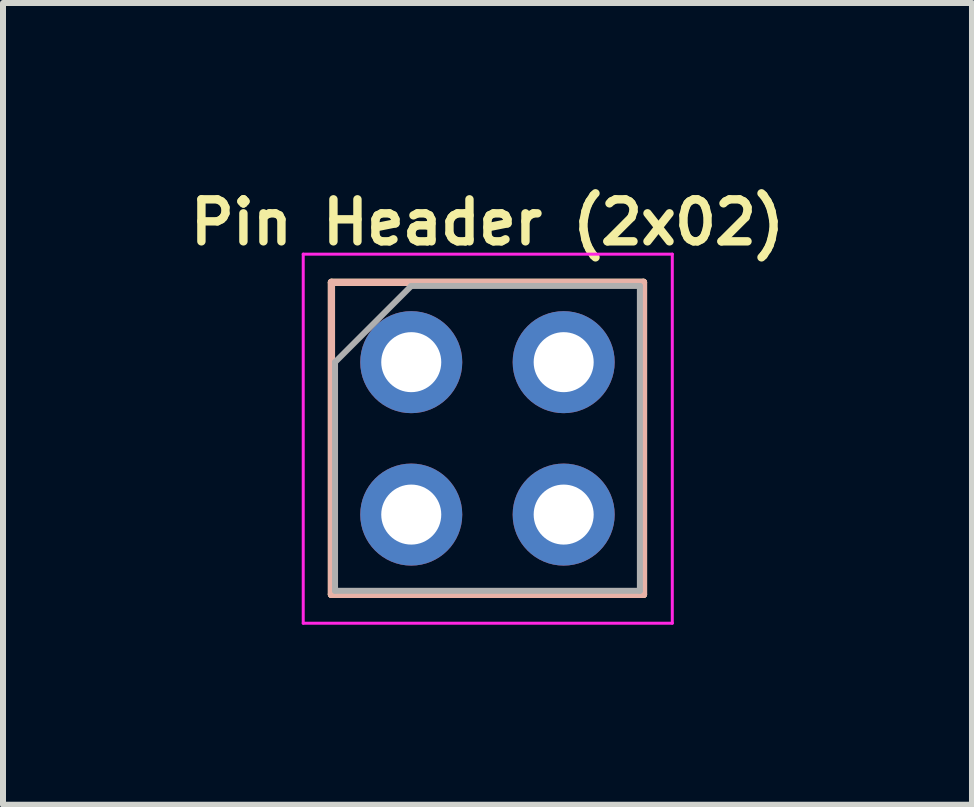
<source format=kicad_pcb>
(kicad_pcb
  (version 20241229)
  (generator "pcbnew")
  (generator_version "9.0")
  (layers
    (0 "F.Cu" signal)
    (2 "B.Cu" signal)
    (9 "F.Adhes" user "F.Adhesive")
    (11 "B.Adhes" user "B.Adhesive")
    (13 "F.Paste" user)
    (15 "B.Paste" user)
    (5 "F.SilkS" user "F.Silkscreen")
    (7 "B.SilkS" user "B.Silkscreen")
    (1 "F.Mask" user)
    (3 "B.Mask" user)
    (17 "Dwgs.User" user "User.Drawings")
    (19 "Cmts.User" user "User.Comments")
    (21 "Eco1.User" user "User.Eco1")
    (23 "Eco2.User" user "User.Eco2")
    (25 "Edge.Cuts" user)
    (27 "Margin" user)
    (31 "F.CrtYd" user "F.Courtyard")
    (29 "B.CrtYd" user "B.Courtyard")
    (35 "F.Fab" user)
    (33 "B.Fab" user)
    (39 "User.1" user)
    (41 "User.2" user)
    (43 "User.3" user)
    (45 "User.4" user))
  (footprint "Pin Header (2x02)"
    (layer "F.Cu")
    (at 3.803 2.985)
    (property "Reference" "Pin Header (2x02)" (at 1.27 -2.33 0) (layer "F.SilkS") (effects (font (size 0.7 0.7) (thickness 0.14) (bold yes))))
    (attr through_hole)
    (fp_line (start -1.33 -1.33) (end -1.33 3.87) (stroke (width 0.12) (type solid)) (layer "F.SilkS"))
    (fp_line (start -1.33 -1.33) (end 3.87 -1.33) (stroke (width 0.12) (type solid)) (layer "F.SilkS"))
    (fp_line (start -1.33 3.87) (end 3.87 3.87) (stroke (width 0.12) (type solid)) (layer "F.SilkS"))
    (fp_line (start 3.87 -1.33) (end 3.87 3.87) (stroke (width 0.12) (type solid)) (layer "F.SilkS"))
    (fp_line (start -1.33 -1.33) (end -1.33 3.87) (stroke (width 0.12) (type solid)) (layer "B.SilkS"))
    (fp_line (start -1.33 -1.33) (end 3.87 -1.33) (stroke (width 0.12) (type solid)) (layer "B.SilkS"))
    (fp_line (start -1.33 3.87) (end 3.87 3.87) (stroke (width 0.12) (type solid)) (layer "B.SilkS"))
    (fp_line (start 3.87 -1.33) (end 3.87 3.87) (stroke (width 0.12) (type solid)) (layer "B.SilkS"))
    (fp_line (start -1.8 -1.8) (end -1.8 4.35) (stroke (width 0.05) (type solid)) (layer "F.CrtYd"))
    (fp_line (start -1.8 4.35) (end 4.35 4.35) (stroke (width 0.05) (type solid)) (layer "F.CrtYd"))
    (fp_line (start 4.35 -1.8) (end -1.8 -1.8) (stroke (width 0.05) (type solid)) (layer "F.CrtYd"))
    (fp_line (start 4.35 4.35) (end 4.35 -1.8) (stroke (width 0.05) (type solid)) (layer "F.CrtYd"))
    (fp_line (start -1.27 0) (end 0 -1.27) (stroke (width 0.1) (type solid)) (layer "F.Fab"))
    (fp_line (start -1.27 3.81) (end -1.27 0) (stroke (width 0.1) (type solid)) (layer "F.Fab"))
    (fp_line (start 0 -1.27) (end 3.81 -1.27) (stroke (width 0.1) (type solid)) (layer "F.Fab"))
    (fp_line (start 3.81 -1.27) (end 3.81 3.81) (stroke (width 0.1) (type solid)) (layer "F.Fab"))
    (fp_line (start 3.81 3.81) (end -1.27 3.81) (stroke (width 0.1) (type solid)) (layer "F.Fab"))
    (pad "1" thru_hole circle (at 0 0) (size 1.7 1.7) (drill 1) (layers "*.Cu" "*.Mask"))
    (pad "2" thru_hole oval (at 2.54 0) (size 1.7 1.7) (drill 1) (layers "*.Cu" "*.Mask"))
    (pad "3" thru_hole oval (at 0 2.54) (size 1.7 1.7) (drill 1) (layers "*.Cu" "*.Mask"))
    (pad "4" thru_hole oval (at 2.54 2.54) (size 1.7 1.7) (drill 1) (layers "*.Cu" "*.Mask")))
  (gr_rect
    (start -3 -3)
    (end 13.147 10.36)
    (stroke (width 0.1) (type default))
    (fill no)
    (layer "Edge.Cuts")))
</source>
